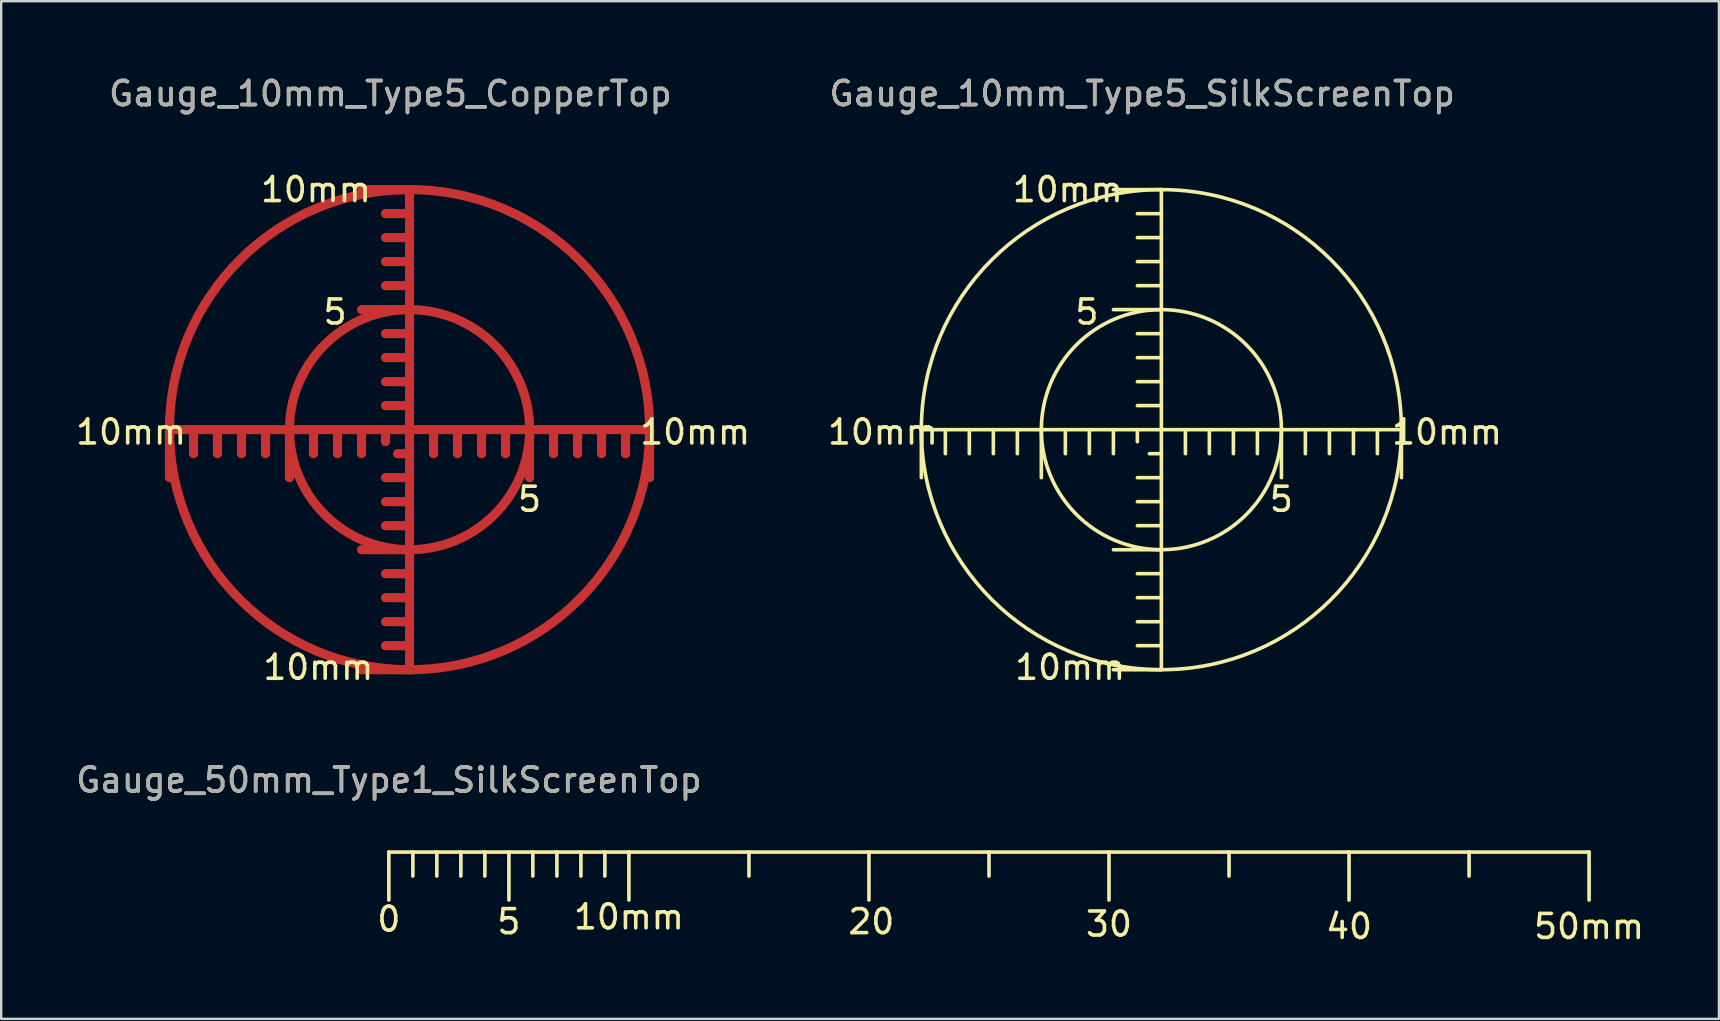
<source format=kicad_pcb>
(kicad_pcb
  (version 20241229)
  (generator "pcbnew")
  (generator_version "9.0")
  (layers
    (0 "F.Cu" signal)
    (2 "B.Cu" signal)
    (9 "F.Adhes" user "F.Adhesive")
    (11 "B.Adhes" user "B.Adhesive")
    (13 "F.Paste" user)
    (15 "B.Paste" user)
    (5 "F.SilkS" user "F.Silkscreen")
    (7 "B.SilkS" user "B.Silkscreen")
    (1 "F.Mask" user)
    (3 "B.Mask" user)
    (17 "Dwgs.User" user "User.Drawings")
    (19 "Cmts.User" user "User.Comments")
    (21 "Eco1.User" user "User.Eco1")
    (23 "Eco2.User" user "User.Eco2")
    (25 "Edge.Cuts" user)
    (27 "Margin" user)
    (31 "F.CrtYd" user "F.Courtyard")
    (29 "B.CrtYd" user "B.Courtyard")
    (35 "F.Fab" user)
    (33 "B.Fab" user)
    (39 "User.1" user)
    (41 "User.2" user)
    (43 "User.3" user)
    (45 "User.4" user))
  (footprint "Gauge_10mm_Type5_CopperTop"
    (layer "F.Cu")
    (at 14.011 14.849)
    (property "Reference" "Gauge_10mm_Type5_CopperTop" (at -0.8 -14 0) (layer "F.SilkS") (effects (font (size 1 1) (thickness 0.15))))
    (attr exclude_from_pos_files exclude_from_bom)
    (fp_line (start -10 0) (end -10 1.999) (stroke (width 0.381) (type solid)) (layer "F.Cu"))
    (fp_line (start -8.999 0) (end -8.999 1.001) (stroke (width 0.381) (type solid)) (layer "F.Cu"))
    (fp_line (start -8.001 0) (end -8.001 1.001) (stroke (width 0.381) (type solid)) (layer "F.Cu"))
    (fp_line (start -7 0) (end -7 1.001) (stroke (width 0.381) (type solid)) (layer "F.Cu"))
    (fp_line (start -5.999 0) (end -5.999 1.001) (stroke (width 0.381) (type solid)) (layer "F.Cu"))
    (fp_line (start -5.001 0) (end -5.001 1.999) (stroke (width 0.381) (type solid)) (layer "F.Cu"))
    (fp_line (start -4 0) (end -4 1.001) (stroke (width 0.381) (type solid)) (layer "F.Cu"))
    (fp_line (start -3 0) (end -3 1.001) (stroke (width 0.381) (type solid)) (layer "F.Cu"))
    (fp_line (start -1.999 0) (end -1.999 1.001) (stroke (width 0.381) (type solid)) (layer "F.Cu"))
    (fp_line (start -1.001 0) (end -1.001 0.5) (stroke (width 0.381) (type solid)) (layer "F.Cu"))
    (fp_line (start 0 -10) (end -1.999 -10) (stroke (width 0.381) (type solid)) (layer "F.Cu"))
    (fp_line (start 0 -8.999) (end -1.001 -8.999) (stroke (width 0.381) (type solid)) (layer "F.Cu"))
    (fp_line (start 0 -8.001) (end -1.001 -8.001) (stroke (width 0.381) (type solid)) (layer "F.Cu"))
    (fp_line (start 0 -7) (end -1.001 -7) (stroke (width 0.381) (type solid)) (layer "F.Cu"))
    (fp_line (start 0 -5.999) (end -1.001 -5.999) (stroke (width 0.381) (type solid)) (layer "F.Cu"))
    (fp_line (start 0 -5.001) (end -1.999 -5.001) (stroke (width 0.381) (type solid)) (layer "F.Cu"))
    (fp_line (start 0 -4) (end -1.001 -4) (stroke (width 0.381) (type solid)) (layer "F.Cu"))
    (fp_line (start 0 -3) (end -1.001 -3) (stroke (width 0.381) (type solid)) (layer "F.Cu"))
    (fp_line (start 0 -1.999) (end -1.001 -1.999) (stroke (width 0.381) (type solid)) (layer "F.Cu"))
    (fp_line (start 0 -1.001) (end -1.001 -1.001) (stroke (width 0.381) (type solid)) (layer "F.Cu"))
    (fp_line (start 0 0) (end -10 0) (stroke (width 0.381) (type solid)) (layer "F.Cu"))
    (fp_line (start 0 0) (end 0 -10) (stroke (width 0.381) (type solid)) (layer "F.Cu"))
    (fp_line (start 0 0) (end 0 1.999) (stroke (width 0.381) (type solid)) (layer "F.Cu"))
    (fp_line (start 0 0) (end 10 0) (stroke (width 0.381) (type solid)) (layer "F.Cu"))
    (fp_line (start 0 1.001) (end -0.5 1.001) (stroke (width 0.381) (type solid)) (layer "F.Cu"))
    (fp_line (start 0 1.999) (end -1.001 1.999) (stroke (width 0.381) (type solid)) (layer "F.Cu"))
    (fp_line (start 0 1.999) (end 0 10) (stroke (width 0.381) (type solid)) (layer "F.Cu"))
    (fp_line (start 0 3) (end -1.001 3) (stroke (width 0.381) (type solid)) (layer "F.Cu"))
    (fp_line (start 0 4) (end -1.001 4) (stroke (width 0.381) (type solid)) (layer "F.Cu"))
    (fp_line (start 0 5.001) (end -1.999 5.001) (stroke (width 0.381) (type solid)) (layer "F.Cu"))
    (fp_line (start 0 5.999) (end -1.001 5.999) (stroke (width 0.381) (type solid)) (layer "F.Cu"))
    (fp_line (start 0 7) (end -1.001 7) (stroke (width 0.381) (type solid)) (layer "F.Cu"))
    (fp_line (start 0 8.001) (end -1.001 8.001) (stroke (width 0.381) (type solid)) (layer "F.Cu"))
    (fp_line (start 0 8.999) (end -1.001 8.999) (stroke (width 0.381) (type solid)) (layer "F.Cu"))
    (fp_line (start 0 10) (end -1.999 10) (stroke (width 0.381) (type solid)) (layer "F.Cu"))
    (fp_line (start 1.001 0) (end 1.001 1.001) (stroke (width 0.381) (type solid)) (layer "F.Cu"))
    (fp_line (start 1.999 0) (end 1.999 1.001) (stroke (width 0.381) (type solid)) (layer "F.Cu"))
    (fp_line (start 3 0) (end 3 1.001) (stroke (width 0.381) (type solid)) (layer "F.Cu"))
    (fp_line (start 4 0) (end 4 1.001) (stroke (width 0.381) (type solid)) (layer "F.Cu"))
    (fp_line (start 5.001 0) (end 5.001 1.999) (stroke (width 0.381) (type solid)) (layer "F.Cu"))
    (fp_line (start 5.999 0) (end 5.999 1.001) (stroke (width 0.381) (type solid)) (layer "F.Cu"))
    (fp_line (start 7 0) (end 7 1.001) (stroke (width 0.381) (type solid)) (layer "F.Cu"))
    (fp_line (start 8.001 0) (end 8.001 1.001) (stroke (width 0.381) (type solid)) (layer "F.Cu"))
    (fp_line (start 8.999 0) (end 8.999 1.001) (stroke (width 0.381) (type solid)) (layer "F.Cu"))
    (fp_line (start 10 0) (end 10 1.999) (stroke (width 0.381) (type solid)) (layer "F.Cu"))
    (fp_circle (center 0 0) (end 5.001 0) (stroke (width 0.381) (type solid)) (fill no) (layer "F.Cu"))
    (fp_circle (center 0 0) (end 10 0) (stroke (width 0.381) (type solid)) (fill no) (layer "F.Cu"))
    (fp_text user "10mm" (at -11.6 0.099 0) (layer "F.SilkS") (effects (font (size 1 1) (thickness 0.15))))
    (fp_text user "10mm" (at 11.9 0.099 0) (layer "F.SilkS") (effects (font (size 1 1) (thickness 0.15))))
    (fp_text user "10mm" (at -3.901 -10 0) (layer "F.SilkS") (effects (font (size 1 1) (thickness 0.15))))
    (fp_text user "5" (at 4.999 2.901 0) (layer "F.SilkS") (effects (font (size 1 1) (thickness 0.15))))
    (fp_text user "5" (at -3.101 -4.9 0) (layer "F.SilkS") (effects (font (size 1 1) (thickness 0.15))))
    (fp_text user "10mm" (at -3.8 9.901 0) (layer "F.SilkS") (effects (font (size 1 1) (thickness 0.15))))
    (fp_text user "${REFERENCE}" (at -0.8 -14 0) (layer "F.Fab") (effects (font (size 1 1) (thickness 0.15)))))
  (footprint "Gauge_50mm_Type1_SilkScreenTop"
    (layer "F.Cu")
    (at 13.149 32.446)
    (property "Reference" "Gauge_50mm_Type1_SilkScreenTop" (at 0 -3 0) (layer "F.SilkS") (effects (font (size 1 1) (thickness 0.15))))
    (attr exclude_from_pos_files exclude_from_bom)
    (fp_line (start 0 0) (end 0 1.999) (stroke (width 0.15) (type solid)) (layer "F.SilkS"))
    (fp_line (start 0 0) (end 10 0) (stroke (width 0.15) (type solid)) (layer "F.SilkS"))
    (fp_line (start 1.001 0) (end 1.001 1.001) (stroke (width 0.15) (type solid)) (layer "F.SilkS"))
    (fp_line (start 1.999 0) (end 1.999 1.001) (stroke (width 0.15) (type solid)) (layer "F.SilkS"))
    (fp_line (start 3 0) (end 3 1.001) (stroke (width 0.15) (type solid)) (layer "F.SilkS"))
    (fp_line (start 4 0) (end 4 1.001) (stroke (width 0.15) (type solid)) (layer "F.SilkS"))
    (fp_line (start 5.001 0) (end 5.001 1.999) (stroke (width 0.15) (type solid)) (layer "F.SilkS"))
    (fp_line (start 5.999 0) (end 5.999 1.001) (stroke (width 0.15) (type solid)) (layer "F.SilkS"))
    (fp_line (start 7 0) (end 7 1.001) (stroke (width 0.15) (type solid)) (layer "F.SilkS"))
    (fp_line (start 8.001 0) (end 8.001 1.001) (stroke (width 0.15) (type solid)) (layer "F.SilkS"))
    (fp_line (start 8.999 0) (end 8.999 1.001) (stroke (width 0.15) (type solid)) (layer "F.SilkS"))
    (fp_line (start 10 0) (end 10 1.999) (stroke (width 0.15) (type solid)) (layer "F.SilkS"))
    (fp_line (start 10 0) (end 50 0) (stroke (width 0.15) (type solid)) (layer "F.SilkS"))
    (fp_line (start 15.001 0) (end 15.001 1.001) (stroke (width 0.15) (type solid)) (layer "F.SilkS"))
    (fp_line (start 20 0) (end 20 1.999) (stroke (width 0.15) (type solid)) (layer "F.SilkS"))
    (fp_line (start 25.001 0) (end 25.001 1.001) (stroke (width 0.15) (type solid)) (layer "F.SilkS"))
    (fp_line (start 30 0) (end 30 1.999) (stroke (width 0.15) (type solid)) (layer "F.SilkS"))
    (fp_line (start 35.001 0) (end 35.001 1.001) (stroke (width 0.15) (type solid)) (layer "F.SilkS"))
    (fp_line (start 40 0) (end 40 1.999) (stroke (width 0.15) (type solid)) (layer "F.SilkS"))
    (fp_line (start 45.001 0) (end 45.001 1.001) (stroke (width 0.15) (type solid)) (layer "F.SilkS"))
    (fp_line (start 50 0) (end 50 1.999) (stroke (width 0.15) (type solid)) (layer "F.SilkS"))
    (fp_text user "0" (at 0 2.799 0) (layer "F.SilkS") (effects (font (size 1 1) (thickness 0.15))))
    (fp_text user "20" (at 20.099 2.901 0) (layer "F.SilkS") (effects (font (size 1 1) (thickness 0.15))))
    (fp_text user "50mm" (at 50 3.101 0) (layer "F.SilkS") (effects (font (size 1 1) (thickness 0.15))))
    (fp_text user "5" (at 4.999 2.901 0) (layer "F.SilkS") (effects (font (size 1 1) (thickness 0.15))))
    (fp_text user "40" (at 40 3.101 0) (layer "F.SilkS") (effects (font (size 1 1) (thickness 0.15))))
    (fp_text user "30" (at 30 3 0) (layer "F.SilkS") (effects (font (size 1 1) (thickness 0.15))))
    (fp_text user "10mm" (at 10 2.7 0) (layer "F.SilkS") (effects (font (size 1 1) (thickness 0.15))))
    (fp_text user "${REFERENCE}" (at 0 -3 0) (layer "F.Fab") (effects (font (size 1 1) (thickness 0.15)))))
  (footprint "Gauge_10mm_Type5_SilkScreenTop"
    (layer "F.Cu")
    (at 45.332 14.849)
    (property "Reference" "Gauge_10mm_Type5_SilkScreenTop" (at -0.8 -14 0) (layer "F.SilkS") (effects (font (size 1 1) (thickness 0.15))))
    (attr exclude_from_pos_files exclude_from_bom)
    (fp_line (start -10 0) (end -10 1.999) (stroke (width 0.15) (type solid)) (layer "F.SilkS"))
    (fp_line (start -8.999 0) (end -8.999 1.001) (stroke (width 0.15) (type solid)) (layer "F.SilkS"))
    (fp_line (start -8.001 0) (end -8.001 1.001) (stroke (width 0.15) (type solid)) (layer "F.SilkS"))
    (fp_line (start -7 0) (end -7 1.001) (stroke (width 0.15) (type solid)) (layer "F.SilkS"))
    (fp_line (start -5.999 0) (end -5.999 1.001) (stroke (width 0.15) (type solid)) (layer "F.SilkS"))
    (fp_line (start -5.001 0) (end -5.001 1.999) (stroke (width 0.15) (type solid)) (layer "F.SilkS"))
    (fp_line (start -4 0) (end -4 1.001) (stroke (width 0.15) (type solid)) (layer "F.SilkS"))
    (fp_line (start -3 0) (end -3 1.001) (stroke (width 0.15) (type solid)) (layer "F.SilkS"))
    (fp_line (start -1.999 0) (end -1.999 1.001) (stroke (width 0.15) (type solid)) (layer "F.SilkS"))
    (fp_line (start -1.001 0) (end -1.001 0.5) (stroke (width 0.15) (type solid)) (layer "F.SilkS"))
    (fp_line (start 0 -10) (end -1.999 -10) (stroke (width 0.15) (type solid)) (layer "F.SilkS"))
    (fp_line (start 0 -8.999) (end -1.001 -8.999) (stroke (width 0.15) (type solid)) (layer "F.SilkS"))
    (fp_line (start 0 -8.001) (end -1.001 -8.001) (stroke (width 0.15) (type solid)) (layer "F.SilkS"))
    (fp_line (start 0 -7) (end -1.001 -7) (stroke (width 0.15) (type solid)) (layer "F.SilkS"))
    (fp_line (start 0 -5.999) (end -1.001 -5.999) (stroke (width 0.15) (type solid)) (layer "F.SilkS"))
    (fp_line (start 0 -5.001) (end -1.999 -5.001) (stroke (width 0.15) (type solid)) (layer "F.SilkS"))
    (fp_line (start 0 -4) (end -1.001 -4) (stroke (width 0.15) (type solid)) (layer "F.SilkS"))
    (fp_line (start 0 -3) (end -1.001 -3) (stroke (width 0.15) (type solid)) (layer "F.SilkS"))
    (fp_line (start 0 -1.999) (end -1.001 -1.999) (stroke (width 0.15) (type solid)) (layer "F.SilkS"))
    (fp_line (start 0 -1.001) (end -1.001 -1.001) (stroke (width 0.15) (type solid)) (layer "F.SilkS"))
    (fp_line (start 0 0) (end -10 0) (stroke (width 0.15) (type solid)) (layer "F.SilkS"))
    (fp_line (start 0 0) (end 0 -10) (stroke (width 0.15) (type solid)) (layer "F.SilkS"))
    (fp_line (start 0 0) (end 0 1.999) (stroke (width 0.15) (type solid)) (layer "F.SilkS"))
    (fp_line (start 0 0) (end 10 0) (stroke (width 0.15) (type solid)) (layer "F.SilkS"))
    (fp_line (start 0 1.001) (end -0.5 1.001) (stroke (width 0.15) (type solid)) (layer "F.SilkS"))
    (fp_line (start 0 1.999) (end -1.001 1.999) (stroke (width 0.15) (type solid)) (layer "F.SilkS"))
    (fp_line (start 0 1.999) (end 0 10) (stroke (width 0.15) (type solid)) (layer "F.SilkS"))
    (fp_line (start 0 3) (end -1.001 3) (stroke (width 0.15) (type solid)) (layer "F.SilkS"))
    (fp_line (start 0 4) (end -1.001 4) (stroke (width 0.15) (type solid)) (layer "F.SilkS"))
    (fp_line (start 0 5.001) (end -1.999 5.001) (stroke (width 0.15) (type solid)) (layer "F.SilkS"))
    (fp_line (start 0 5.999) (end -1.001 5.999) (stroke (width 0.15) (type solid)) (layer "F.SilkS"))
    (fp_line (start 0 7) (end -1.001 7) (stroke (width 0.15) (type solid)) (layer "F.SilkS"))
    (fp_line (start 0 8.001) (end -1.001 8.001) (stroke (width 0.15) (type solid)) (layer "F.SilkS"))
    (fp_line (start 0 8.999) (end -1.001 8.999) (stroke (width 0.15) (type solid)) (layer "F.SilkS"))
    (fp_line (start 0 10) (end -1.999 10) (stroke (width 0.15) (type solid)) (layer "F.SilkS"))
    (fp_line (start 1.001 0) (end 1.001 1.001) (stroke (width 0.15) (type solid)) (layer "F.SilkS"))
    (fp_line (start 1.999 0) (end 1.999 1.001) (stroke (width 0.15) (type solid)) (layer "F.SilkS"))
    (fp_line (start 3 0) (end 3 1.001) (stroke (width 0.15) (type solid)) (layer "F.SilkS"))
    (fp_line (start 4 0) (end 4 1.001) (stroke (width 0.15) (type solid)) (layer "F.SilkS"))
    (fp_line (start 5.001 0) (end 5.001 1.999) (stroke (width 0.15) (type solid)) (layer "F.SilkS"))
    (fp_line (start 5.999 0) (end 5.999 1.001) (stroke (width 0.15) (type solid)) (layer "F.SilkS"))
    (fp_line (start 7 0) (end 7 1.001) (stroke (width 0.15) (type solid)) (layer "F.SilkS"))
    (fp_line (start 8.001 0) (end 8.001 1.001) (stroke (width 0.15) (type solid)) (layer "F.SilkS"))
    (fp_line (start 8.999 0) (end 8.999 1.001) (stroke (width 0.15) (type solid)) (layer "F.SilkS"))
    (fp_line (start 10 0) (end 10 1.999) (stroke (width 0.15) (type solid)) (layer "F.SilkS"))
    (fp_circle (center 0 0) (end 5.001 0) (stroke (width 0.15) (type solid)) (fill no) (layer "F.SilkS"))
    (fp_circle (center 0 0) (end 10 0) (stroke (width 0.15) (type solid)) (fill no) (layer "F.SilkS"))
    (fp_text user "10mm" (at -3.901 -10 0) (layer "F.SilkS") (effects (font (size 1 1) (thickness 0.15))))
    (fp_text user "10mm" (at -11.6 0.099 0) (layer "F.SilkS") (effects (font (size 1 1) (thickness 0.15))))
    (fp_text user "5" (at -3.101 -4.9 0) (layer "F.SilkS") (effects (font (size 1 1) (thickness 0.15))))
    (fp_text user "5" (at 4.999 2.901 0) (layer "F.SilkS") (effects (font (size 1 1) (thickness 0.15))))
    (fp_text user "10mm" (at 11.9 0.099 0) (layer "F.SilkS") (effects (font (size 1 1) (thickness 0.15))))
    (fp_text user "10mm" (at -3.8 9.901 0) (layer "F.SilkS") (effects (font (size 1 1) (thickness 0.15))))
    (fp_text user "${REFERENCE}" (at -0.8 -14 0) (layer "F.Fab") (effects (font (size 1 1) (thickness 0.15)))))
  (gr_rect
    (start -3 -3)
    (end 68.559 39.395)
    (stroke (width 0.1) (type default))
    (fill no)
    (layer "Edge.Cuts")))
</source>
